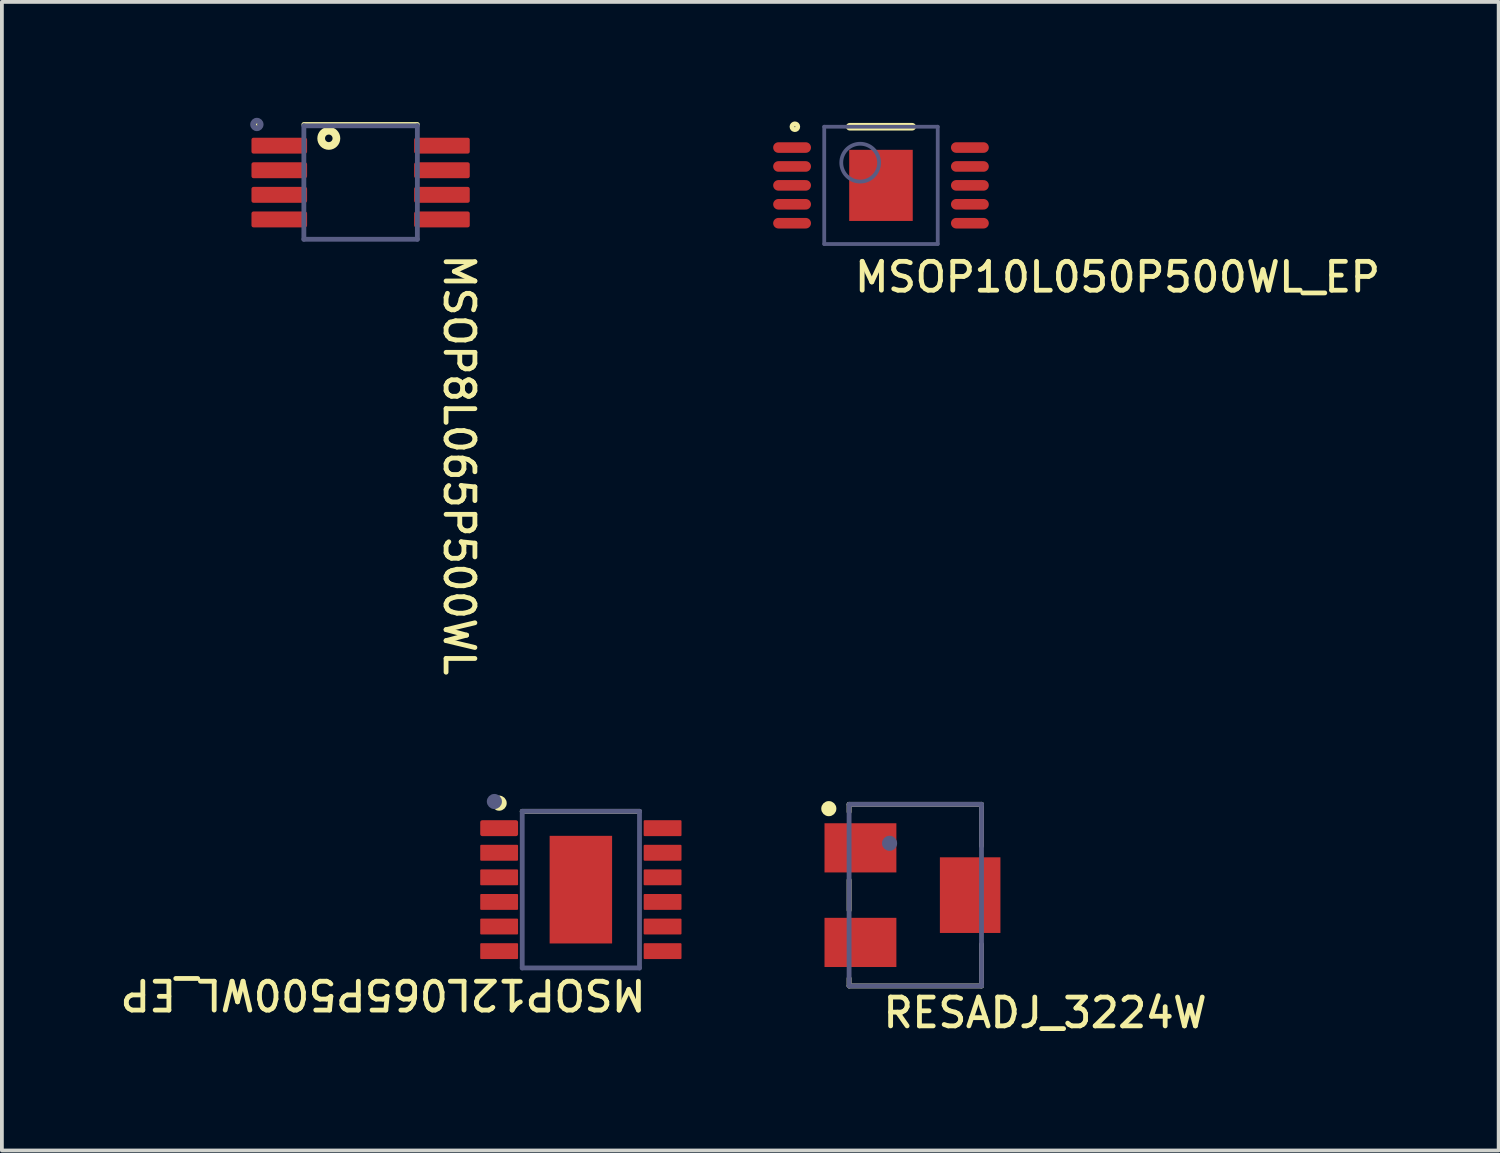
<source format=kicad_pcb>
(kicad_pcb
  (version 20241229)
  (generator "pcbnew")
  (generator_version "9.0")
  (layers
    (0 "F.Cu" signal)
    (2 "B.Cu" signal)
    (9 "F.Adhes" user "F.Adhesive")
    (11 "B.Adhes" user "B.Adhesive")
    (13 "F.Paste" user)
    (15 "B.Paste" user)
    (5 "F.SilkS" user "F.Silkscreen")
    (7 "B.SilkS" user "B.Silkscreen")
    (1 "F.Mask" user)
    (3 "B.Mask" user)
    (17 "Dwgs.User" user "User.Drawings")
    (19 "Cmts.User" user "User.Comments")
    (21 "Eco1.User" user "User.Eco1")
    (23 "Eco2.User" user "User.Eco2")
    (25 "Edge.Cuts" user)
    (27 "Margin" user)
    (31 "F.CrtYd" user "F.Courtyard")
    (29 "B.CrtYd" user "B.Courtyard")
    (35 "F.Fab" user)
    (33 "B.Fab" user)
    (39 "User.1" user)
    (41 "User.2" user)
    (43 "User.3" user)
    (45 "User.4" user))
  (footprint "MSOP12L065P500WL_EP"
    (layer "F.Cu")
    (at 12.304 20.466)
    (property "Reference" "MSOP12L065P500WL_EP" (at 1.785 2.321 180) (unlocked yes) (layer "F.SilkS") (effects (font (size 0.762 0.762) (thickness 0.127)) (justify left bottom)))
    (fp_line (start -1.55 -2.07) (end 1.55 -2.07) (stroke (width 0.127) (type solid)) (layer "F.SilkS"))
    (fp_circle (center -2.16 -2.286) (end -2.16 -2.386) (stroke (width 0.2) (type solid)) (fill no) (layer "F.SilkS"))
    (fp_poly (pts (xy 0.52 0.901) (xy -0.52 0.901) (xy -0.52 -0.9) (xy 0.52 -0.9)) (stroke (width 0) (type default)) (fill yes) (layer "F.Paste"))
    (fp_line (start -3.14 -2.12) (end -1.81 -2.12) (stroke (width 0.05) (type solid)) (layer "Eco1.User"))
    (fp_line (start -3.14 2.12) (end -3.14 -2.12) (stroke (width 0.05) (type solid)) (layer "Eco1.User"))
    (fp_line (start -3.14 2.12) (end -1.81 2.12) (stroke (width 0.05) (type solid)) (layer "Eco1.User"))
    (fp_line (start -1.81 -2.33) (end 1.81 -2.33) (stroke (width 0.05) (type solid)) (layer "Eco1.User"))
    (fp_line (start -1.81 -2.12) (end -1.81 -2.33) (stroke (width 0.05) (type solid)) (layer "Eco1.User"))
    (fp_line (start -1.81 2.33) (end -1.81 2.12) (stroke (width 0.05) (type solid)) (layer "Eco1.User"))
    (fp_line (start -1.81 2.33) (end 1.81 2.33) (stroke (width 0.05) (type solid)) (layer "Eco1.User"))
    (fp_line (start 1.81 -2.12) (end 1.81 -2.33) (stroke (width 0.05) (type solid)) (layer "Eco1.User"))
    (fp_line (start 1.81 -2.12) (end 3.14 -2.12) (stroke (width 0.05) (type solid)) (layer "Eco1.User"))
    (fp_line (start 1.81 2.12) (end 3.14 2.12) (stroke (width 0.05) (type solid)) (layer "Eco1.User"))
    (fp_line (start 1.81 2.33) (end 1.81 2.12) (stroke (width 0.05) (type solid)) (layer "Eco1.User"))
    (fp_line (start 3.14 2.12) (end 3.14 -2.12) (stroke (width 0.05) (type solid)) (layer "Eco1.User"))
    (fp_line (start -1.55 -2.07) (end 1.55 -2.07) (stroke (width 0.127) (type solid)) (layer "B.Fab"))
    (fp_line (start -1.55 2.07) (end -1.55 -2.07) (stroke (width 0.127) (type solid)) (layer "B.Fab"))
    (fp_line (start -1.55 2.07) (end 1.55 2.07) (stroke (width 0.127) (type solid)) (layer "B.Fab"))
    (fp_line (start 1.55 2.07) (end 1.55 -2.07) (stroke (width 0.127) (type solid)) (layer "B.Fab"))
    (fp_circle (center -2.286 -2.33) (end -2.286 -2.43) (stroke (width 0.2) (type solid)) (fill no) (layer "B.Fab"))
    (pad "1" smd roundrect (at -2.16 -1.625) (size 1 0.42) (layers "F.Cu" "F.Mask" "F.Paste") (roundrect_rratio 0.125))
    (pad "2" smd roundrect (at -2.16 -0.975) (size 1 0.42) (layers "F.Cu" "F.Mask" "F.Paste") (roundrect_rratio 0.06))
    (pad "3" smd roundrect (at -2.16 -0.325) (size 1 0.42) (layers "F.Cu" "F.Mask" "F.Paste") (roundrect_rratio 0.06))
    (pad "4" smd roundrect (at -2.16 0.325) (size 1 0.42) (layers "F.Cu" "F.Mask" "F.Paste") (roundrect_rratio 0.06))
    (pad "5" smd roundrect (at -2.16 0.975) (size 1 0.42) (layers "F.Cu" "F.Mask" "F.Paste") (roundrect_rratio 0.06))
    (pad "6" smd roundrect (at -2.16 1.625) (size 1 0.42) (layers "F.Cu" "F.Mask" "F.Paste") (roundrect_rratio 0.06))
    (pad "7" smd roundrect (at 2.16 1.625) (size 1 0.42) (layers "F.Cu" "F.Mask" "F.Paste") (roundrect_rratio 0.06))
    (pad "8" smd roundrect (at 2.16 0.975) (size 1 0.42) (layers "F.Cu" "F.Mask" "F.Paste") (roundrect_rratio 0.06))
    (pad "9" smd roundrect (at 2.16 0.325) (size 1 0.42) (layers "F.Cu" "F.Mask" "F.Paste") (roundrect_rratio 0.06))
    (pad "10" smd roundrect (at 2.16 -0.325) (size 1 0.42) (layers "F.Cu" "F.Mask" "F.Paste") (roundrect_rratio 0.06))
    (pad "11" smd roundrect (at 2.16 -0.975) (size 1 0.42) (layers "F.Cu" "F.Mask" "F.Paste") (roundrect_rratio 0.06))
    (pad "12" smd roundrect (at 2.16 -1.625) (size 1 0.42) (layers "F.Cu" "F.Mask" "F.Paste") (roundrect_rratio 0.06))
    (pad "13" smd rect (at 0 0 90) (size 2.845 1.651) (layers "F.Cu" "F.Mask" "F.Paste")))
  (footprint "RESADJ_3224W"
    (layer "F.Cu")
    (at 21.144 20.611)
    (property "Reference" "RESADJ_3224W" (at -0.917 3.556 0) (unlocked yes) (layer "F.SilkS") (effects (font (size 0.762 0.762) (thickness 0.127)) (justify left bottom)))
    (fp_line (start -1.75 -2.4) (end 1.75 -2.4) (stroke (width 0.127) (type solid)) (layer "F.SilkS"))
    (fp_line (start -1.75 -2.2) (end -1.75 -2.4) (stroke (width 0.127) (type solid)) (layer "F.SilkS"))
    (fp_line (start -1.75 0.4) (end -1.75 -0.4) (stroke (width 0.127) (type solid)) (layer "F.SilkS"))
    (fp_line (start -1.75 2.4) (end -1.75 2.2) (stroke (width 0.127) (type solid)) (layer "F.SilkS"))
    (fp_line (start -1.75 2.4) (end 1.75 2.4) (stroke (width 0.127) (type solid)) (layer "F.SilkS"))
    (fp_line (start 1.75 -1.3) (end 1.75 -2.4) (stroke (width 0.127) (type solid)) (layer "F.SilkS"))
    (fp_line (start 1.75 2.4) (end 1.75 1.3) (stroke (width 0.127) (type solid)) (layer "F.SilkS"))
    (fp_circle (center -2.286 -2.286) (end -2.286 -2.386) (stroke (width 0.2) (type solid)) (fill no) (layer "F.SilkS"))
    (fp_line (start -2.65 -2.65) (end 2.5 -2.65) (stroke (width 0.05) (type solid)) (layer "Eco1.User"))
    (fp_line (start -2.65 2.65) (end -2.65 -2.65) (stroke (width 0.05) (type solid)) (layer "Eco1.User"))
    (fp_line (start -2.65 2.65) (end 2.5 2.65) (stroke (width 0.05) (type solid)) (layer "Eco1.User"))
    (fp_line (start 2.5 2.65) (end 2.5 -2.65) (stroke (width 0.05) (type solid)) (layer "Eco1.User"))
    (fp_line (start -1.75 -2.4) (end 1.75 -2.4) (stroke (width 0.127) (type solid)) (layer "B.Fab"))
    (fp_line (start -1.75 2.4) (end -1.75 -2.4) (stroke (width 0.127) (type solid)) (layer "B.Fab"))
    (fp_line (start -1.75 2.4) (end 1.75 2.4) (stroke (width 0.127) (type solid)) (layer "B.Fab"))
    (fp_line (start 1.75 2.4) (end 1.75 -2.4) (stroke (width 0.127) (type solid)) (layer "B.Fab"))
    (fp_circle (center -0.68 -1.37) (end -0.68 -1.47) (stroke (width 0.2) (type solid)) (fill no) (layer "B.Fab"))
    (pad "1" smd rect (at -1.45 -1.25 180) (size 1.9 1.3) (layers "F.Cu" "F.Mask" "F.Paste"))
    (pad "2" smd rect (at 1.45 0 180) (size 1.6 2) (layers "F.Cu" "F.Mask" "F.Paste"))
    (pad "3" smd rect (at -1.45 1.25 180) (size 1.9 1.3) (layers "F.Cu" "F.Mask" "F.Paste")))
  (footprint "MSOP8L065P500WL"
    (layer "F.Cu")
    (at 6.482 1.775)
    (property "Reference" "MSOP8L065P500WL" (at 2.159 1.829 270) (unlocked yes) (layer "F.SilkS") (effects (font (size 0.762 0.762) (thickness 0.127)) (justify left bottom)))
    (fp_line (start -1.5 -1.535) (end 1.5 -1.535) (stroke (width 0.127) (type solid)) (layer "F.SilkS"))
    (fp_circle (center -2.718 -1.535) (end -2.642 -1.535) (stroke (width 0.127) (type solid)) (fill no) (layer "F.SilkS"))
    (fp_circle (center -0.841 -1.168) (end -0.741 -1.168) (stroke (width 0.203) (type solid)) (fill no) (layer "F.SilkS"))
    (fp_line (start -3.135 -1.75) (end -3.135 1.75) (stroke (width 0.05) (type solid)) (layer "Eco1.User"))
    (fp_line (start -3.135 -1.75) (end 3.135 -1.75) (stroke (width 0.05) (type solid)) (layer "Eco1.User"))
    (fp_line (start -3.135 1.75) (end 3.135 1.75) (stroke (width 0.05) (type solid)) (layer "Eco1.User"))
    (fp_line (start 3.135 -1.75) (end 3.135 1.75) (stroke (width 0.05) (type solid)) (layer "Eco1.User"))
    (fp_line (start -1.5 -1.5) (end -1.5 1.5) (stroke (width 0.127) (type solid)) (layer "B.Fab"))
    (fp_line (start -1.5 -1.5) (end 1.5 -1.5) (stroke (width 0.127) (type solid)) (layer "B.Fab"))
    (fp_line (start -1.5 1.5) (end 1.5 1.5) (stroke (width 0.127) (type solid)) (layer "B.Fab"))
    (fp_line (start 1.5 -1.5) (end 1.5 1.5) (stroke (width 0.127) (type solid)) (layer "B.Fab"))
    (fp_circle (center -2.742 -1.535) (end -2.642 -1.535) (stroke (width 0.152) (type solid)) (fill no) (layer "B.Fab"))
    (fp_text user "${REFERENCE}" (at -2.642 0.152 0) (unlocked yes) (layer "User.5") (effects (font (size 0.508 0.508) (thickness 0.127))))
    (pad "1" smd roundrect (at -2.15 -0.975) (size 1.47 0.42) (layers "F.Cu" "F.Mask" "F.Paste") (roundrect_rratio 0.125))
    (pad "2" smd roundrect (at -2.15 -0.325) (size 1.47 0.42) (layers "F.Cu" "F.Mask" "F.Paste") (roundrect_rratio 0.125))
    (pad "3" smd roundrect (at -2.15 0.325) (size 1.47 0.42) (layers "F.Cu" "F.Mask" "F.Paste") (roundrect_rratio 0.125))
    (pad "4" smd roundrect (at -2.15 0.975) (size 1.47 0.42) (layers "F.Cu" "F.Mask" "F.Paste") (roundrect_rratio 0.125))
    (pad "5" smd roundrect (at 2.15 0.975) (size 1.47 0.42) (layers "F.Cu" "F.Mask" "F.Paste") (roundrect_rratio 0.125))
    (pad "6" smd roundrect (at 2.15 0.325) (size 1.47 0.42) (layers "F.Cu" "F.Mask" "F.Paste") (roundrect_rratio 0.125))
    (pad "7" smd roundrect (at 2.15 -0.325) (size 1.47 0.42) (layers "F.Cu" "F.Mask" "F.Paste") (roundrect_rratio 0.125))
    (pad "8" smd roundrect (at 2.15 -0.975) (size 1.47 0.42) (layers "F.Cu" "F.Mask" "F.Paste") (roundrect_rratio 0.125)))
  (footprint "MSOP10L050P500WL_EP"
    (layer "F.Cu")
    (at 20.237 1.85)
    (property "Reference" "MSOP10L050P500WL_EP" (at -0.762 2.87 0) (unlocked yes) (layer "F.SilkS") (effects (font (size 0.762 0.762) (thickness 0.127)) (justify left bottom)))
    (fp_line (start -0.825 -1.55) (end 0.825 -1.55) (stroke (width 0.2) (type solid)) (layer "F.SilkS"))
    (fp_circle (center -2.276 -1.55) (end -2.2 -1.55) (stroke (width 0.127) (type solid)) (fill no) (layer "F.SilkS"))
    (fp_line (start -3.125 -1.8) (end -3.125 1.8) (stroke (width 0.1) (type solid)) (layer "Eco1.User"))
    (fp_line (start -3.125 -1.8) (end 3.125 -1.8) (stroke (width 0.1) (type solid)) (layer "Eco1.User"))
    (fp_line (start -3.125 1.8) (end 3.125 1.8) (stroke (width 0.1) (type solid)) (layer "Eco1.User"))
    (fp_line (start -0.5 0) (end 0.5 0) (stroke (width 0.1) (type solid)) (layer "Eco1.User"))
    (fp_line (start 0 -0.5) (end 0 0.5) (stroke (width 0.1) (type solid)) (layer "Eco1.User"))
    (fp_line (start 3.125 -1.8) (end 3.125 1.8) (stroke (width 0.1) (type solid)) (layer "Eco1.User"))
    (fp_line (start -1.5 -1.55) (end -1.5 1.55) (stroke (width 0.1) (type solid)) (layer "B.Fab"))
    (fp_line (start -1.5 -1.55) (end 1.5 -1.55) (stroke (width 0.1) (type solid)) (layer "B.Fab"))
    (fp_line (start -1.5 1.55) (end 1.5 1.55) (stroke (width 0.1) (type solid)) (layer "B.Fab"))
    (fp_line (start 1.5 -1.55) (end 1.5 1.55) (stroke (width 0.1) (type solid)) (layer "B.Fab"))
    (fp_circle (center -0.55 -0.6) (end -0.05 -0.6) (stroke (width 0.1) (type solid)) (fill no) (layer "B.Fab"))
    (fp_text user "${REFERENCE}" (at -2.692 0.076 0) (unlocked yes) (layer "User.5") (effects (font (size 0.508 0.508) (thickness 0.127))))
    (pad "1" smd oval (at -2.35 -1 90) (size 0.28 1) (layers "F.Cu" "F.Mask" "F.Paste"))
    (pad "2" smd oval (at -2.35 -0.5 90) (size 0.28 1) (layers "F.Cu" "F.Mask" "F.Paste"))
    (pad "3" smd oval (at -2.35 0 90) (size 0.28 1) (layers "F.Cu" "F.Mask" "F.Paste"))
    (pad "4" smd oval (at -2.35 0.5 90) (size 0.28 1) (layers "F.Cu" "F.Mask" "F.Paste"))
    (pad "5" smd oval (at -2.35 1 90) (size 0.28 1) (layers "F.Cu" "F.Mask" "F.Paste"))
    (pad "6" smd oval (at 2.35 1 90) (size 0.28 1) (layers "F.Cu" "F.Mask" "F.Paste"))
    (pad "7" smd oval (at 2.35 0.5 90) (size 0.28 1) (layers "F.Cu" "F.Mask" "F.Paste"))
    (pad "8" smd oval (at 2.35 0 90) (size 0.28 1) (layers "F.Cu" "F.Mask" "F.Paste"))
    (pad "9" smd oval (at 2.35 -0.5 90) (size 0.28 1) (layers "F.Cu" "F.Mask" "F.Paste"))
    (pad "10" smd oval (at 2.35 -1 90) (size 0.28 1) (layers "F.Cu" "F.Mask" "F.Paste"))
    (pad "11" smd rect (at -0.00049 0.00024) (size 1.68 1.88) (layers "F.Cu" "F.Mask" "F.Paste")))
  (gr_rect
    (start -3 -3)
    (end 36.564 27.361)
    (stroke (width 0.1) (type default))
    (fill no)
    (layer "Edge.Cuts")))
</source>
